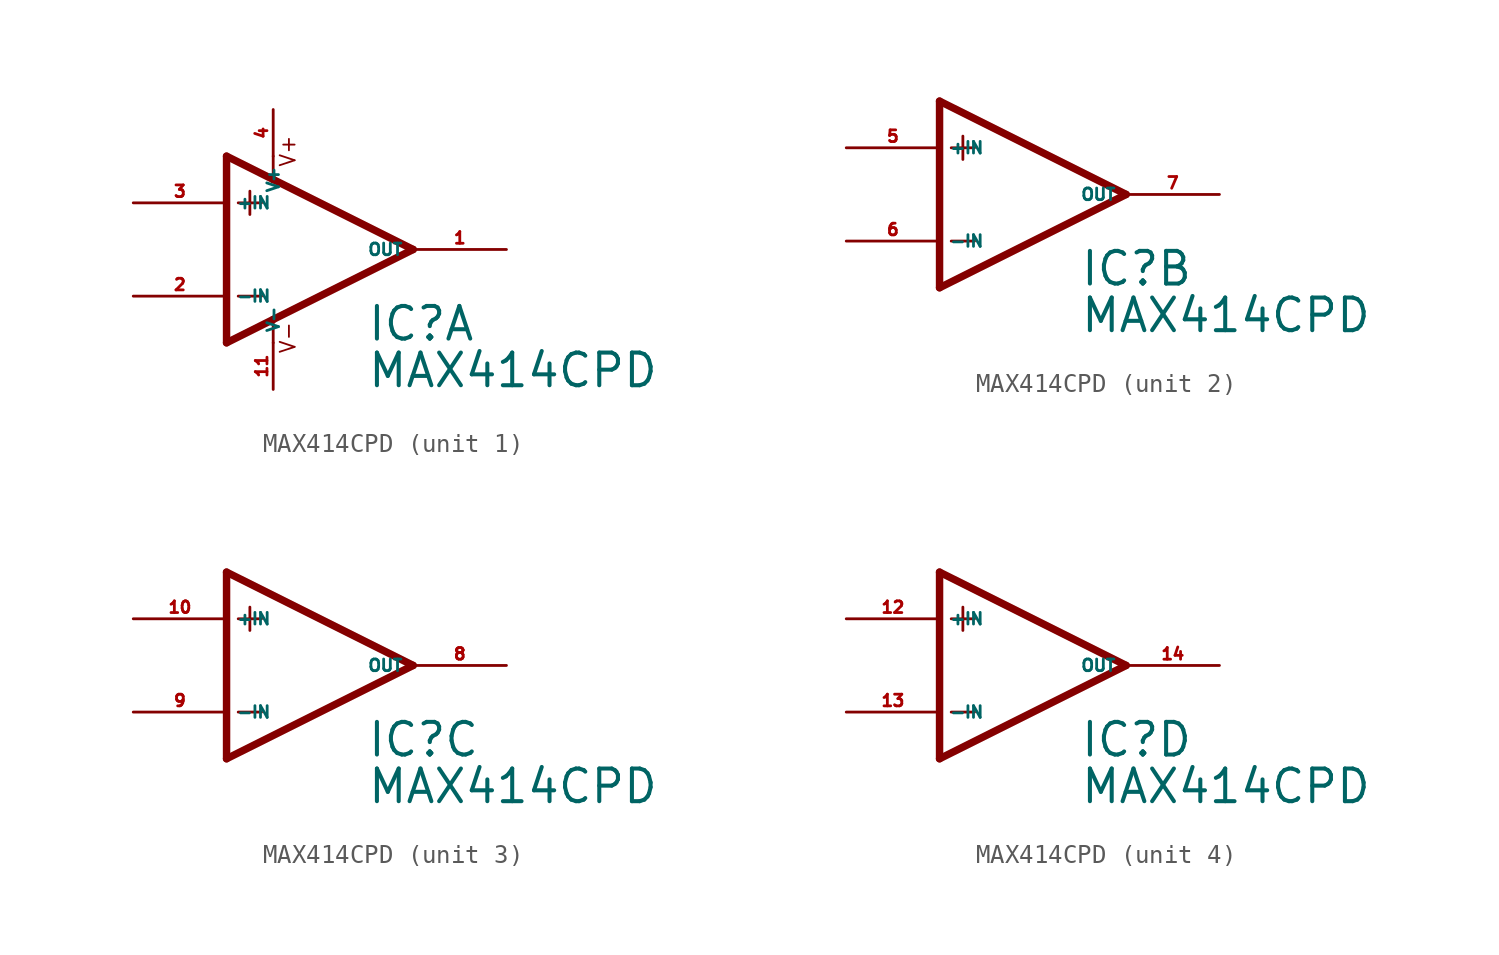
<source format=kicad_sym>
(kicad_symbol_lib
  (version 20220914)
  (generator Eagle2Kicad)
  (symbol "MAX414CPD"
    (property "Reference" "IC"
      (at 2.54 -5.08 0)
      (effects (font (size 1.778 1.778) (thickness 0.22)) (justify left bottom)))
    (property "Value" "MAX414CPD"
      (at 2.54 -7.62 0)
      (effects (font (size 1.778 1.778) (thickness 0.22)) (justify left bottom)))
    (symbol "MAX414CPD_1_0"
      (polyline (pts (xy -3.81 3.175) (xy -3.81 1.905)) (stroke (width 0.152) (type default)) (fill (type none)))
      (polyline (pts (xy -4.445 2.54) (xy -3.175 2.54)) (stroke (width 0.152) (type default)) (fill (type none)))
      (polyline (pts (xy -4.445 -2.54) (xy -3.175 -2.54)) (stroke (width 0.152) (type default)) (fill (type none)))
      (polyline (pts (xy 5.08 0) (xy -2.54 3.81)) (stroke (width 0.406) (type default)) (fill (type none)))
      (polyline (pts (xy -5.08 5.08) (xy -5.08 -5.08)) (stroke (width 0.406) (type default)) (fill (type none)))
      (polyline (pts (xy -5.08 -5.08) (xy -2.54 -3.81)) (stroke (width 0.406) (type default)) (fill (type none)))
      (polyline (pts (xy -2.54 3.81) (xy -2.54 5.08)) (stroke (width 0.152) (type default)) (fill (type none)))
      (polyline (pts (xy -2.54 3.81) (xy -5.08 5.08)) (stroke (width 0.406) (type default)) (fill (type none)))
      (polyline (pts (xy -2.54 -3.81) (xy -2.54 -5.08)) (stroke (width 0.152) (type default)) (fill (type none)))
      (polyline (pts (xy -2.54 -3.81) (xy 5.08 0)) (stroke (width 0.406) (type default)) (fill (type none)))
      (text "V+" (at -1.27 4.445 900) (effects (font (size 0.813 0.813) (thickness 0.10)) (justify left bottom)))
      (text "V-" (at -1.27 -5.715 900) (effects (font (size 0.813 0.813) (thickness 0.10)) (justify left bottom)))
      (pin input line (at -10.16 -2.54 0) (length 5.08) (name "-IN" (effects (font (size 0.635 0.635) (thickness 0.08)) (justify left bottom))) (number "2" (effects (font (size 0.635 0.635) (thickness 0.08)) (justify left bottom))))
      (pin input line (at -10.16 2.54 0) (length 5.08) (name "+IN" (effects (font (size 0.635 0.635) (thickness 0.08)) (justify left bottom))) (number "3" (effects (font (size 0.635 0.635) (thickness 0.08)) (justify left bottom))))
      (pin output line (at 10.16 0 180) (length 5.08) (name "OUT" (effects (font (size 0.635 0.635) (thickness 0.08)) (justify left bottom))) (number "1" (effects (font (size 0.635 0.635) (thickness 0.08)) (justify left bottom))))
      (pin unspecified line (at -2.54 7.62 270) (length 2.54) (name "V+" (effects (font (size 0.635 0.635) (thickness 0.08)) (justify left bottom))) (number "4" (effects (font (size 0.635 0.635) (thickness 0.08)) (justify left bottom))))
      (pin unspecified line (at -2.54 -7.62 90) (length 2.54) (name "V-" (effects (font (size 0.635 0.635) (thickness 0.08)) (justify left bottom))) (number "11" (effects (font (size 0.635 0.635) (thickness 0.08)) (justify left bottom)))))
    (symbol "MAX414CPD_2_0"
      (polyline (pts (xy -3.81 3.175) (xy -3.81 1.905)) (stroke (width 0.152) (type default)) (fill (type none)))
      (polyline (pts (xy -4.445 2.54) (xy -3.175 2.54)) (stroke (width 0.152) (type default)) (fill (type none)))
      (polyline (pts (xy -4.445 -2.54) (xy -3.175 -2.54)) (stroke (width 0.152) (type default)) (fill (type none)))
      (polyline (pts (xy -5.08 5.08) (xy -5.08 -5.08)) (stroke (width 0.406) (type default)) (fill (type none)))
      (polyline (pts (xy 5.08 0) (xy -5.08 5.08)) (stroke (width 0.406) (type default)) (fill (type none)))
      (polyline (pts (xy -5.08 -5.08) (xy 5.08 0)) (stroke (width 0.406) (type default)) (fill (type none)))
      (pin input line (at -10.16 -2.54 0) (length 5.08) (name "-IN" (effects (font (size 0.635 0.635) (thickness 0.08)) (justify left bottom))) (number "6" (effects (font (size 0.635 0.635) (thickness 0.08)) (justify left bottom))))
      (pin input line (at -10.16 2.54 0) (length 5.08) (name "+IN" (effects (font (size 0.635 0.635) (thickness 0.08)) (justify left bottom))) (number "5" (effects (font (size 0.635 0.635) (thickness 0.08)) (justify left bottom))))
      (pin output line (at 10.16 0 180) (length 5.08) (name "OUT" (effects (font (size 0.635 0.635) (thickness 0.08)) (justify left bottom))) (number "7" (effects (font (size 0.635 0.635) (thickness 0.08)) (justify left bottom)))))
    (symbol "MAX414CPD_3_0"
      (polyline (pts (xy -3.81 3.175) (xy -3.81 1.905)) (stroke (width 0.152) (type default)) (fill (type none)))
      (polyline (pts (xy -4.445 2.54) (xy -3.175 2.54)) (stroke (width 0.152) (type default)) (fill (type none)))
      (polyline (pts (xy -4.445 -2.54) (xy -3.175 -2.54)) (stroke (width 0.152) (type default)) (fill (type none)))
      (polyline (pts (xy -5.08 5.08) (xy -5.08 -5.08)) (stroke (width 0.406) (type default)) (fill (type none)))
      (polyline (pts (xy 5.08 0) (xy -5.08 5.08)) (stroke (width 0.406) (type default)) (fill (type none)))
      (polyline (pts (xy -5.08 -5.08) (xy 5.08 0)) (stroke (width 0.406) (type default)) (fill (type none)))
      (pin input line (at -10.16 -2.54 0) (length 5.08) (name "-IN" (effects (font (size 0.635 0.635) (thickness 0.08)) (justify left bottom))) (number "9" (effects (font (size 0.635 0.635) (thickness 0.08)) (justify left bottom))))
      (pin input line (at -10.16 2.54 0) (length 5.08) (name "+IN" (effects (font (size 0.635 0.635) (thickness 0.08)) (justify left bottom))) (number "10" (effects (font (size 0.635 0.635) (thickness 0.08)) (justify left bottom))))
      (pin output line (at 10.16 0 180) (length 5.08) (name "OUT" (effects (font (size 0.635 0.635) (thickness 0.08)) (justify left bottom))) (number "8" (effects (font (size 0.635 0.635) (thickness 0.08)) (justify left bottom)))))
    (symbol "MAX414CPD_4_0"
      (polyline (pts (xy -3.81 3.175) (xy -3.81 1.905)) (stroke (width 0.152) (type default)) (fill (type none)))
      (polyline (pts (xy -4.445 2.54) (xy -3.175 2.54)) (stroke (width 0.152) (type default)) (fill (type none)))
      (polyline (pts (xy -4.445 -2.54) (xy -3.175 -2.54)) (stroke (width 0.152) (type default)) (fill (type none)))
      (polyline (pts (xy -5.08 5.08) (xy -5.08 -5.08)) (stroke (width 0.406) (type default)) (fill (type none)))
      (polyline (pts (xy 5.08 0) (xy -5.08 5.08)) (stroke (width 0.406) (type default)) (fill (type none)))
      (polyline (pts (xy -5.08 -5.08) (xy 5.08 0)) (stroke (width 0.406) (type default)) (fill (type none)))
      (pin input line (at -10.16 -2.54 0) (length 5.08) (name "-IN" (effects (font (size 0.635 0.635) (thickness 0.08)) (justify left bottom))) (number "13" (effects (font (size 0.635 0.635) (thickness 0.08)) (justify left bottom))))
      (pin input line (at -10.16 2.54 0) (length 5.08) (name "+IN" (effects (font (size 0.635 0.635) (thickness 0.08)) (justify left bottom))) (number "12" (effects (font (size 0.635 0.635) (thickness 0.08)) (justify left bottom))))
      (pin output line (at 10.16 0 180) (length 5.08) (name "OUT" (effects (font (size 0.635 0.635) (thickness 0.08)) (justify left bottom))) (number "14" (effects (font (size 0.635 0.635) (thickness 0.08)) (justify left bottom)))))))
</source>
